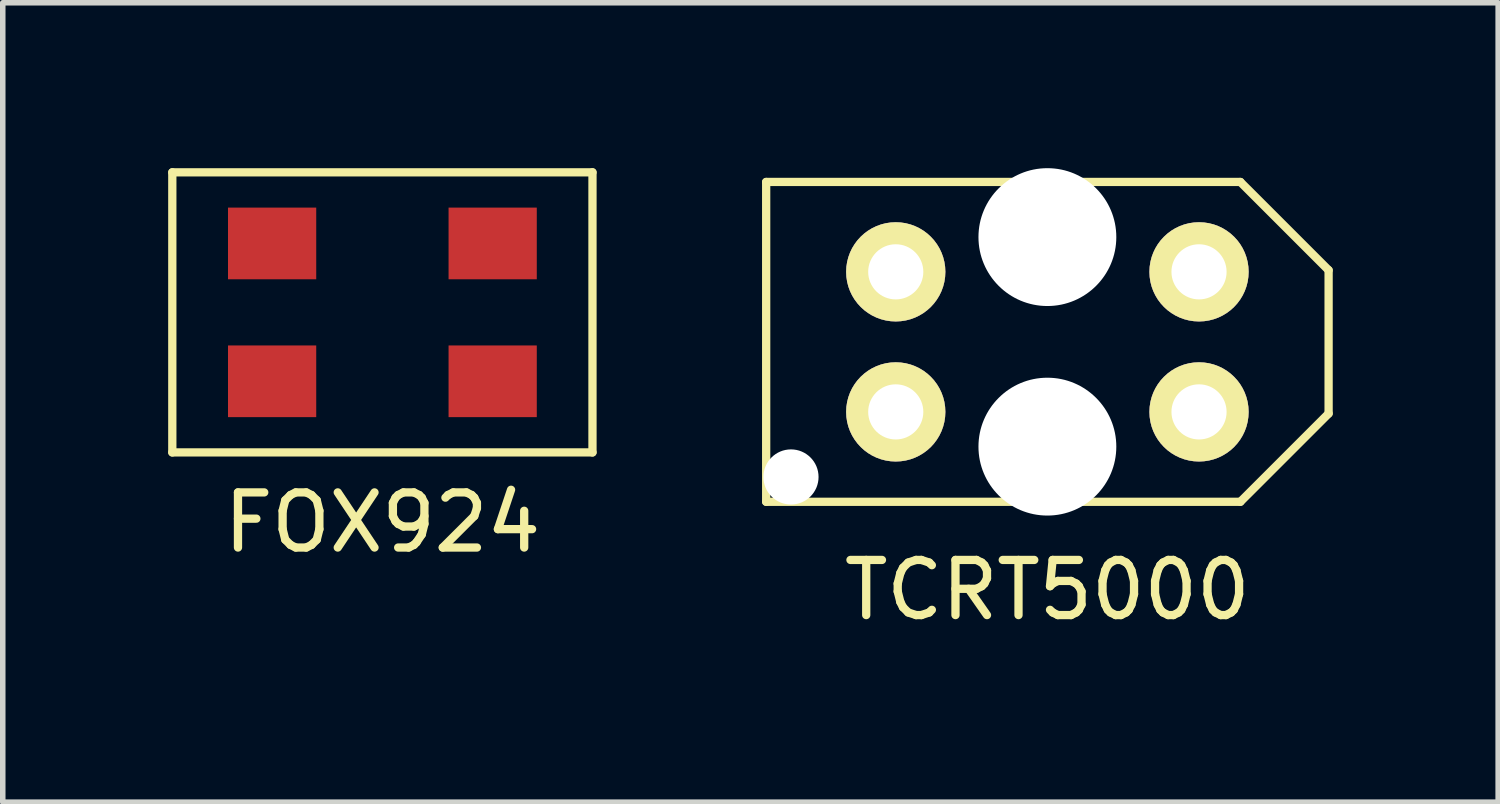
<source format=kicad_pcb>
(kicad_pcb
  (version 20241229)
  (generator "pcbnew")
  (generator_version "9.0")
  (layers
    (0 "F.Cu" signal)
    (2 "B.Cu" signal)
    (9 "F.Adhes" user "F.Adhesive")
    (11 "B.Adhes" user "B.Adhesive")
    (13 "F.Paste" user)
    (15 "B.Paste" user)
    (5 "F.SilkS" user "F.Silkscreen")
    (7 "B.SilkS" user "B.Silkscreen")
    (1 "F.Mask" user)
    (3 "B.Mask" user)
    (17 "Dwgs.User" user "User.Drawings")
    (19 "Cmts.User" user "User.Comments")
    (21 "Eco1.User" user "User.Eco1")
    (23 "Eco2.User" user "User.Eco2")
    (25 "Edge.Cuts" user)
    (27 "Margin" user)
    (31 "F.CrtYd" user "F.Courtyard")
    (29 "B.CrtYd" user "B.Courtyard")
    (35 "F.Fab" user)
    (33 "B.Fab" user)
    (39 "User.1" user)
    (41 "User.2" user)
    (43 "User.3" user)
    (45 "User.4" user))
  (footprint "TCRT5000"
    (layer "F.Cu")
    (at 15.945 3.15)
    (property "Reference" "TCRT5000" (at 0 4.5 0) (layer "F.SilkS") (effects (font (size 1 1) (thickness 0.15))))
    (attr through_hole)
    (fp_line (start -5.1 -2.9) (end 3.5 -2.9) (stroke (width 0.15) (type solid)) (layer "F.SilkS"))
    (fp_line (start -5.1 2.9) (end -5.1 -2.9) (stroke (width 0.15) (type solid)) (layer "F.SilkS"))
    (fp_line (start 3.5 -2.9) (end 5.1 -1.3) (stroke (width 0.15) (type solid)) (layer "F.SilkS"))
    (fp_line (start 3.5 2.9) (end -5.1 2.9) (stroke (width 0.15) (type solid)) (layer "F.SilkS"))
    (fp_line (start 3.5 2.9) (end 5.1 1.3) (stroke (width 0.15) (type solid)) (layer "F.SilkS"))
    (fp_line (start 5.1 -1.3) (end 5.1 1.3) (stroke (width 0.15) (type solid)) (layer "F.SilkS"))
    (pad "" np_thru_hole circle (at -4.65 2.45) (size 1 1) (drill 1) (layers "*.Cu" "*.Mask"))
    (pad "" np_thru_hole circle (at 0 -1.9) (size 2.5 2.5) (drill 2.5) (layers "*.Cu" "*.Mask"))
    (pad "" np_thru_hole circle (at 0 1.9) (size 2.5 2.5) (drill 2.5) (layers "*.Cu" "*.Mask"))
    (pad "1" thru_hole circle (at -2.75 -1.27) (size 1.8 1.8) (drill 1) (layers "*.Cu" "*.Mask" "F.SilkS"))
    (pad "2" thru_hole circle (at -2.75 1.27) (size 1.8 1.8) (drill 1) (layers "*.Cu" "*.Mask" "F.SilkS"))
    (pad "3" thru_hole circle (at 2.75 1.27) (size 1.8 1.8) (drill 1) (layers "*.Cu" "*.Mask" "F.SilkS"))
    (pad "4" thru_hole circle (at 2.75 -1.27) (size 1.8 1.8) (drill 1) (layers "*.Cu" "*.Mask" "F.SilkS")))
  (footprint "FOX924"
    (layer "F.Cu")
    (at 3.885 2.615)
    (property "Reference" "FOX924" (at 0 3.81 0) (layer "F.SilkS") (effects (font (size 1 1) (thickness 0.15))))
    (attr through_hole)
    (fp_line (start -3.81 -2.54) (end -3.81 2.54) (stroke (width 0.15) (type solid)) (layer "F.SilkS"))
    (fp_line (start -3.81 2.54) (end 3.81 2.54) (stroke (width 0.15) (type solid)) (layer "F.SilkS"))
    (fp_line (start 3.81 -2.54) (end -3.81 -2.54) (stroke (width 0.15) (type solid)) (layer "F.SilkS"))
    (fp_line (start 3.81 2.54) (end 3.81 -2.54) (stroke (width 0.15) (type solid)) (layer "F.SilkS"))
    (pad "1" smd rect (at -2 1.25) (size 1.6 1.3) (layers "F.Cu" "F.Mask" "F.Paste"))
    (pad "2" smd rect (at 2 1.25) (size 1.6 1.3) (layers "F.Cu" "F.Mask" "F.Paste"))
    (pad "3" smd rect (at 2 -1.25) (size 1.6 1.3) (layers "F.Cu" "F.Mask" "F.Paste"))
    (pad "4" smd rect (at -2 -1.25) (size 1.6 1.3) (layers "F.Cu" "F.Mask" "F.Paste")))
  (gr_rect
    (start -3 -3)
    (end 24.12 11.498)
    (stroke (width 0.1) (type default))
    (fill no)
    (layer "Edge.Cuts")))
</source>
